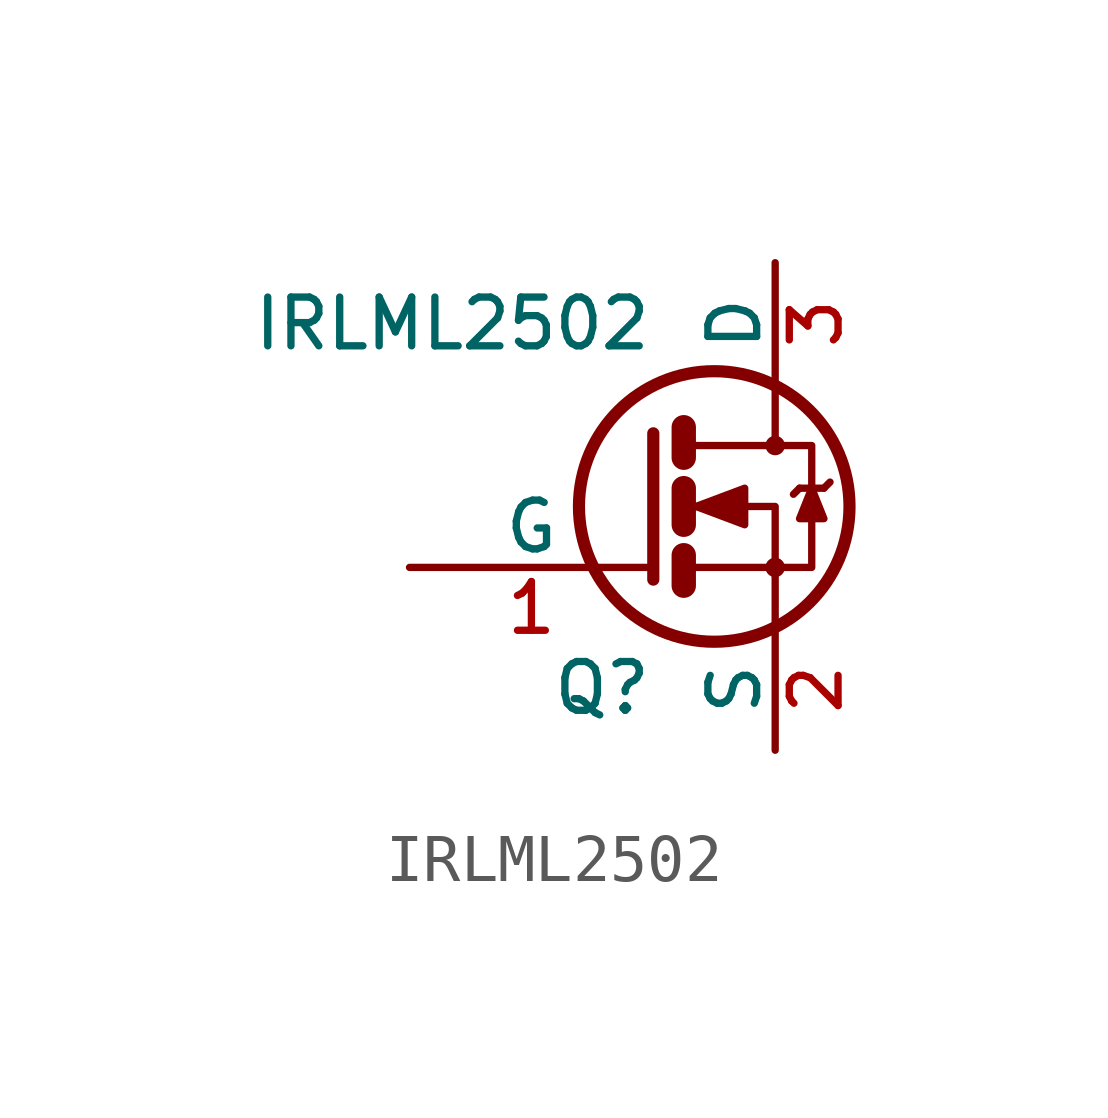
<source format=kicad_sym>
(kicad_symbol_lib
  (version 20231120)
  (generator "kicad_symbol_editor")
  (generator_version "8.0")
  (symbol "IRLML2502"
    (pin_names
      (offset 0))
    (property "Reference" "Q"
      (at 0 -3.785 0)
      (effects (font (size 1.016 1.016)) (justify right)))
    (property "Value" "IRLML2502"
      (at 0 3.81 0)
      (effects (font (size 1.016 1.016)) (justify right)))
    (property "Datasheet" ""
      (at 0 0 0)
      (effects (font (size 1.524 1.524))))
    (symbol "IRLML2502_0_1"
      (polyline (pts (xy 0.635 -1.016) (xy 0.635 -1.651)) (stroke (width 0.508) (type solid)) (fill (type none)))
      (polyline (pts (xy 0.635 0.381) (xy 0.635 -0.381)) (stroke (width 0.508) (type solid)) (fill (type none)))
      (polyline (pts (xy 0.635 1.651) (xy 0.635 1.016)) (stroke (width 0.508) (type solid)) (fill (type none)))
      (polyline (pts (xy 3.048 0.381) (xy 2.921 0.254)) (stroke (width 0) (type solid)) (fill (type none)))
      (polyline (pts (xy 3.048 0.381) (xy 3.556 0.381)) (stroke (width 0) (type solid)) (fill (type none)))
      (polyline (pts (xy 3.556 0.381) (xy 3.683 0.508)) (stroke (width 0) (type solid)) (fill (type none)))
      (polyline (pts (xy 0 1.524) (xy 0 -1.524) (xy 0 -1.524)) (stroke (width 0.254) (type solid)) (fill (type none)))
      (polyline (pts (xy 0.762 -1.27) (xy 2.54 -1.27) (xy 2.54 -2.54) (xy 2.54 -2.54)) (stroke (width 0) (type solid)) (fill (type none)))
      (polyline (pts (xy 0.762 1.27) (xy 2.54 1.27) (xy 2.54 2.54) (xy 2.54 2.54)) (stroke (width 0) (type solid)) (fill (type none)))
      (polyline (pts (xy 2.54 1.27) (xy 3.302 1.27) (xy 3.302 -1.27) (xy 2.54 -1.27)) (stroke (width 0) (type solid)) (fill (type none)))
      (polyline (pts (xy 3.302 0.381) (xy 3.048 -0.254) (xy 3.556 -0.254) (xy 3.302 0.381)) (stroke (width 0) (type solid)) (fill (type outline)))
      (polyline (pts (xy 0.762 0) (xy 1.27 0) (xy 2.54 0) (xy 2.54 -1.27) (xy 2.54 -1.27)) (stroke (width 0) (type solid)) (fill (type none)))
      (polyline (pts (xy 0.889 0) (xy 1.905 0.381) (xy 1.905 -0.381) (xy 0.889 0) (xy 1.016 0) (xy 1.016 0)) (stroke (width 0) (type solid)) (fill (type outline)))
      (circle (center 1.27 0) (radius 2.819) (stroke (width 0.254) (type solid)) (fill (type none)))
      (circle (center 2.54 -1.27) (radius 0.127) (stroke (width 0) (type solid)) (fill (type none)))
      (circle (center 2.54 1.27) (radius 0.127) (stroke (width 0) (type solid)) (fill (type none))))
    (symbol "IRLML2502_1_1"
      (pin input line (at -5.08 -1.27 0) (length 5.08) (name "G" (effects (font (size 1.016 1.016)))) (number "1" (effects (font (size 1.016 1.016)))))
      (pin passive line (at 2.54 -5.08 90) (length 2.54) (name "S" (effects (font (size 1.016 1.016)))) (number "2" (effects (font (size 1.016 1.016)))))
      (pin passive line (at 2.54 5.08 270) (length 2.54) (name "D" (effects (font (size 1.016 1.016)))) (number "3" (effects (font (size 1.016 1.016))))))))
</source>
